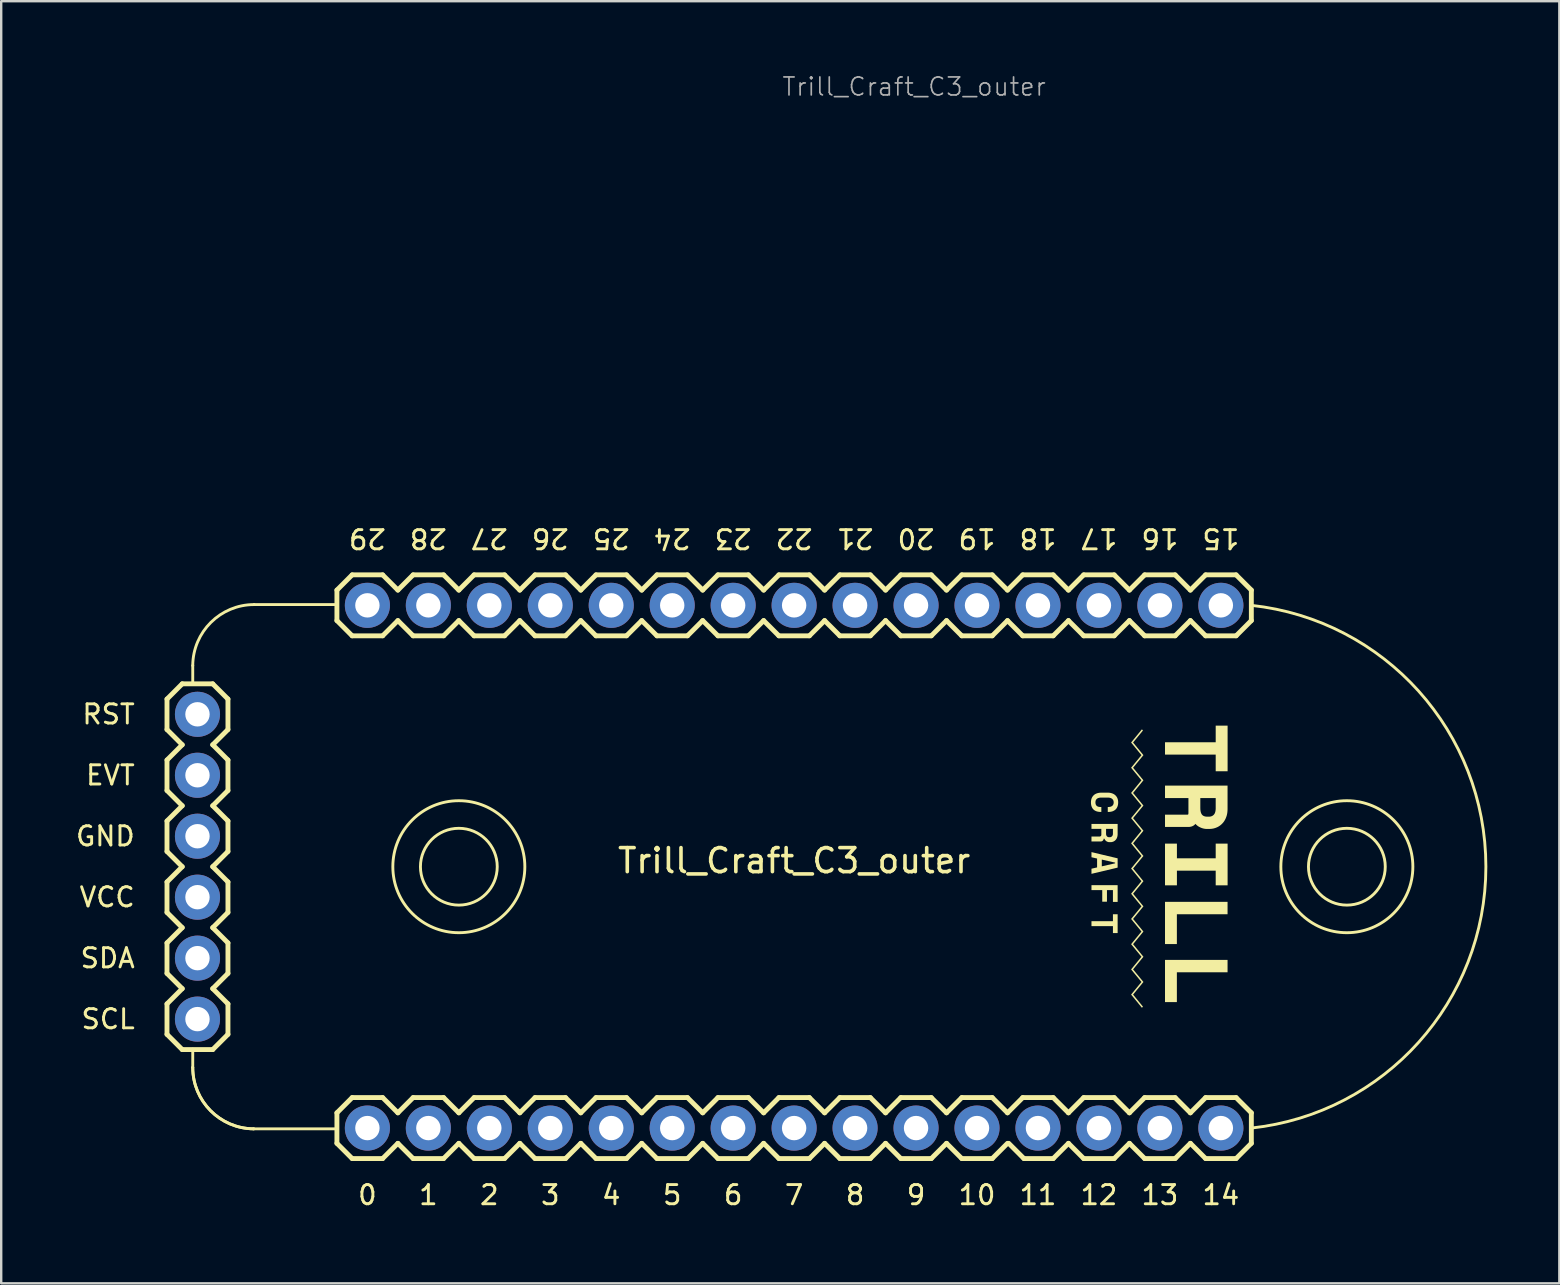
<source format=kicad_pcb>
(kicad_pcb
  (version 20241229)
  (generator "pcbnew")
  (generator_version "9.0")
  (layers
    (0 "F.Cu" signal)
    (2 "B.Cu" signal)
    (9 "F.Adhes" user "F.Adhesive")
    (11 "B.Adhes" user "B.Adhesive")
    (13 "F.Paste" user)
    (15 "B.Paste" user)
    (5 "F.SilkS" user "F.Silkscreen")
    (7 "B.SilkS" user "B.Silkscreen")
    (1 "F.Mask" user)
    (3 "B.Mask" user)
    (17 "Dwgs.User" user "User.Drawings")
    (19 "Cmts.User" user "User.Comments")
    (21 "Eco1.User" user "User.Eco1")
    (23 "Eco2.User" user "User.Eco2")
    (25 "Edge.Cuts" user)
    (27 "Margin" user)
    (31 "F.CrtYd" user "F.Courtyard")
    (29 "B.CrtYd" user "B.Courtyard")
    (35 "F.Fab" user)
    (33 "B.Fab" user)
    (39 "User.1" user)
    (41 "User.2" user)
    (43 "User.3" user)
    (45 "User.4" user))
  (footprint "Trill_Craft_C3_outer"
    (layer "F.Cu")
    (at 30.038 33.062)
    (property "Reference" "Trill_Craft_C3_outer" (at 0 -0.25 0) (unlocked yes) (layer "F.SilkS") (effects (font (size 1 1) (thickness 0.15))))
    (attr through_hole)
    (fp_line (start -26.13 -5.715) (end -26.13 -6.985) (stroke (width 0.203) (type solid)) (layer "F.SilkS"))
    (fp_line (start -26.13 -4.445) (end -25.495 -5.08) (stroke (width 0.203) (type solid)) (layer "F.SilkS"))
    (fp_line (start -26.13 -3.175) (end -26.13 -4.445) (stroke (width 0.203) (type solid)) (layer "F.SilkS"))
    (fp_line (start -26.13 -1.905) (end -25.495 -2.54) (stroke (width 0.203) (type solid)) (layer "F.SilkS"))
    (fp_line (start -26.13 -0.635) (end -26.13 -1.905) (stroke (width 0.203) (type solid)) (layer "F.SilkS"))
    (fp_line (start -26.13 1.905) (end -26.13 0.635) (stroke (width 0.203) (type solid)) (layer "F.SilkS"))
    (fp_line (start -26.13 3.175) (end -25.495 2.54) (stroke (width 0.203) (type solid)) (layer "F.SilkS"))
    (fp_line (start -26.13 4.445) (end -26.13 3.175) (stroke (width 0.203) (type solid)) (layer "F.SilkS"))
    (fp_line (start -26.13 5.715) (end -25.495 5.08) (stroke (width 0.203) (type solid)) (layer "F.SilkS"))
    (fp_line (start -26.13 6.985) (end -26.13 5.715) (stroke (width 0.203) (type solid)) (layer "F.SilkS"))
    (fp_line (start -25.495 -7.62) (end -26.13 -6.985) (stroke (width 0.203) (type solid)) (layer "F.SilkS"))
    (fp_line (start -25.495 -5.08) (end -26.13 -5.715) (stroke (width 0.203) (type solid)) (layer "F.SilkS"))
    (fp_line (start -25.495 -2.54) (end -26.13 -3.175) (stroke (width 0.203) (type solid)) (layer "F.SilkS"))
    (fp_line (start -25.495 0) (end -26.13 -0.635) (stroke (width 0.203) (type solid)) (layer "F.SilkS"))
    (fp_line (start -25.495 0) (end -26.13 0.635) (stroke (width 0.203) (type solid)) (layer "F.SilkS"))
    (fp_line (start -25.495 2.54) (end -26.13 1.905) (stroke (width 0.203) (type solid)) (layer "F.SilkS"))
    (fp_line (start -25.495 5.08) (end -26.13 4.445) (stroke (width 0.203) (type solid)) (layer "F.SilkS"))
    (fp_line (start -25.495 7.62) (end -26.13 6.985) (stroke (width 0.203) (type solid)) (layer "F.SilkS"))
    (fp_line (start -25.057 -8.382) (end -25.057 -7.62) (stroke (width 0.12) (type default)) (layer "F.SilkS"))
    (fp_line (start -25.057 7.602) (end -25.057 8.364) (stroke (width 0.12) (type default)) (layer "F.SilkS"))
    (fp_line (start -24.225 -7.62) (end -25.495 -7.62) (stroke (width 0.203) (type solid)) (layer "F.SilkS"))
    (fp_line (start -24.225 -5.08) (end -23.59 -4.445) (stroke (width 0.203) (type solid)) (layer "F.SilkS"))
    (fp_line (start -24.225 -2.54) (end -23.59 -1.905) (stroke (width 0.203) (type solid)) (layer "F.SilkS"))
    (fp_line (start -24.225 2.54) (end -23.59 3.175) (stroke (width 0.203) (type solid)) (layer "F.SilkS"))
    (fp_line (start -24.225 5.08) (end -23.59 5.715) (stroke (width 0.203) (type solid)) (layer "F.SilkS"))
    (fp_line (start -24.225 7.62) (end -25.495 7.62) (stroke (width 0.203) (type solid)) (layer "F.SilkS"))
    (fp_line (start -23.59 -6.985) (end -24.225 -7.62) (stroke (width 0.203) (type solid)) (layer "F.SilkS"))
    (fp_line (start -23.59 -6.985) (end -23.59 -5.715) (stroke (width 0.203) (type solid)) (layer "F.SilkS"))
    (fp_line (start -23.59 -5.715) (end -24.225 -5.08) (stroke (width 0.203) (type solid)) (layer "F.SilkS"))
    (fp_line (start -23.59 -4.445) (end -23.59 -3.175) (stroke (width 0.203) (type solid)) (layer "F.SilkS"))
    (fp_line (start -23.59 -3.175) (end -24.225 -2.54) (stroke (width 0.203) (type solid)) (layer "F.SilkS"))
    (fp_line (start -23.59 -1.905) (end -23.59 -0.635) (stroke (width 0.203) (type solid)) (layer "F.SilkS"))
    (fp_line (start -23.59 -0.635) (end -24.225 0) (stroke (width 0.203) (type solid)) (layer "F.SilkS"))
    (fp_line (start -23.59 0.635) (end -24.225 0) (stroke (width 0.203) (type solid)) (layer "F.SilkS"))
    (fp_line (start -23.59 0.635) (end -23.59 1.905) (stroke (width 0.203) (type solid)) (layer "F.SilkS"))
    (fp_line (start -23.59 1.905) (end -24.225 2.54) (stroke (width 0.203) (type solid)) (layer "F.SilkS"))
    (fp_line (start -23.59 3.175) (end -23.59 4.445) (stroke (width 0.203) (type solid)) (layer "F.SilkS"))
    (fp_line (start -23.59 4.445) (end -24.225 5.08) (stroke (width 0.203) (type solid)) (layer "F.SilkS"))
    (fp_line (start -23.59 5.715) (end -23.59 6.985) (stroke (width 0.203) (type solid)) (layer "F.SilkS"))
    (fp_line (start -23.59 6.985) (end -24.225 7.62) (stroke (width 0.203) (type solid)) (layer "F.SilkS"))
    (fp_line (start -22.517 10.922) (end -19.05 10.922) (stroke (width 0.12) (type solid)) (layer "F.SilkS"))
    (fp_line (start -22.499 -10.922) (end -19.032 -10.922) (stroke (width 0.12) (type solid)) (layer "F.SilkS"))
    (fp_line (start -19.05 -11.525) (end -19.05 -10.255) (stroke (width 0.203) (type solid)) (layer "F.SilkS"))
    (fp_line (start -19.05 -11.525) (end -18.415 -12.16) (stroke (width 0.203) (type solid)) (layer "F.SilkS"))
    (fp_line (start -19.05 10.255) (end -19.05 11.525) (stroke (width 0.203) (type solid)) (layer "F.SilkS"))
    (fp_line (start -19.05 11.525) (end -18.415 12.16) (stroke (width 0.203) (type solid)) (layer "F.SilkS"))
    (fp_line (start -18.415 -12.16) (end -17.145 -12.16) (stroke (width 0.203) (type solid)) (layer "F.SilkS"))
    (fp_line (start -18.415 -9.62) (end -19.05 -10.255) (stroke (width 0.203) (type solid)) (layer "F.SilkS"))
    (fp_line (start -18.415 9.62) (end -19.05 10.255) (stroke (width 0.203) (type solid)) (layer "F.SilkS"))
    (fp_line (start -18.415 9.62) (end -17.145 9.62) (stroke (width 0.203) (type solid)) (layer "F.SilkS"))
    (fp_line (start -17.145 -12.16) (end -16.51 -11.525) (stroke (width 0.203) (type solid)) (layer "F.SilkS"))
    (fp_line (start -17.145 -9.62) (end -18.415 -9.62) (stroke (width 0.203) (type solid)) (layer "F.SilkS"))
    (fp_line (start -17.145 9.62) (end -16.51 10.255) (stroke (width 0.203) (type solid)) (layer "F.SilkS"))
    (fp_line (start -17.145 12.16) (end -18.415 12.16) (stroke (width 0.203) (type solid)) (layer "F.SilkS"))
    (fp_line (start -16.51 -11.525) (end -15.875 -12.16) (stroke (width 0.203) (type solid)) (layer "F.SilkS"))
    (fp_line (start -16.51 -10.255) (end -17.145 -9.62) (stroke (width 0.203) (type solid)) (layer "F.SilkS"))
    (fp_line (start -16.51 10.255) (end -15.875 9.62) (stroke (width 0.203) (type solid)) (layer "F.SilkS"))
    (fp_line (start -16.51 11.525) (end -17.145 12.16) (stroke (width 0.203) (type solid)) (layer "F.SilkS"))
    (fp_line (start -15.875 -12.16) (end -14.605 -12.16) (stroke (width 0.203) (type solid)) (layer "F.SilkS"))
    (fp_line (start -15.875 -9.62) (end -16.51 -10.255) (stroke (width 0.203) (type solid)) (layer "F.SilkS"))
    (fp_line (start -15.875 9.62) (end -14.605 9.62) (stroke (width 0.203) (type solid)) (layer "F.SilkS"))
    (fp_line (start -15.875 12.16) (end -16.51 11.525) (stroke (width 0.203) (type solid)) (layer "F.SilkS"))
    (fp_line (start -14.605 -12.16) (end -13.97 -11.525) (stroke (width 0.203) (type solid)) (layer "F.SilkS"))
    (fp_line (start -14.605 -9.62) (end -15.875 -9.62) (stroke (width 0.203) (type solid)) (layer "F.SilkS"))
    (fp_line (start -14.605 9.62) (end -13.97 10.255) (stroke (width 0.203) (type solid)) (layer "F.SilkS"))
    (fp_line (start -14.605 12.16) (end -15.875 12.16) (stroke (width 0.203) (type solid)) (layer "F.SilkS"))
    (fp_line (start -13.97 -11.525) (end -13.335 -12.16) (stroke (width 0.203) (type solid)) (layer "F.SilkS"))
    (fp_line (start -13.97 -10.255) (end -14.605 -9.62) (stroke (width 0.203) (type solid)) (layer "F.SilkS"))
    (fp_line (start -13.97 10.255) (end -13.335 9.62) (stroke (width 0.203) (type solid)) (layer "F.SilkS"))
    (fp_line (start -13.97 11.525) (end -14.605 12.16) (stroke (width 0.203) (type solid)) (layer "F.SilkS"))
    (fp_line (start -13.335 -12.16) (end -12.065 -12.16) (stroke (width 0.203) (type solid)) (layer "F.SilkS"))
    (fp_line (start -13.335 -9.62) (end -13.97 -10.255) (stroke (width 0.203) (type solid)) (layer "F.SilkS"))
    (fp_line (start -13.335 9.62) (end -12.065 9.62) (stroke (width 0.203) (type solid)) (layer "F.SilkS"))
    (fp_line (start -13.335 12.16) (end -13.97 11.525) (stroke (width 0.203) (type solid)) (layer "F.SilkS"))
    (fp_line (start -12.065 -12.16) (end -11.43 -11.525) (stroke (width 0.203) (type solid)) (layer "F.SilkS"))
    (fp_line (start -12.065 -9.62) (end -13.335 -9.62) (stroke (width 0.203) (type solid)) (layer "F.SilkS"))
    (fp_line (start -12.065 9.62) (end -11.43 10.255) (stroke (width 0.203) (type solid)) (layer "F.SilkS"))
    (fp_line (start -12.065 12.16) (end -13.335 12.16) (stroke (width 0.203) (type solid)) (layer "F.SilkS"))
    (fp_line (start -11.43 -11.525) (end -10.795 -12.16) (stroke (width 0.203) (type solid)) (layer "F.SilkS"))
    (fp_line (start -11.43 -10.255) (end -12.065 -9.62) (stroke (width 0.203) (type solid)) (layer "F.SilkS"))
    (fp_line (start -11.43 11.525) (end -12.065 12.16) (stroke (width 0.203) (type solid)) (layer "F.SilkS"))
    (fp_line (start -11.43 11.525) (end -10.795 12.16) (stroke (width 0.203) (type solid)) (layer "F.SilkS"))
    (fp_line (start -10.795 -12.16) (end -9.525 -12.16) (stroke (width 0.203) (type solid)) (layer "F.SilkS"))
    (fp_line (start -10.795 -9.62) (end -11.43 -10.255) (stroke (width 0.203) (type solid)) (layer "F.SilkS"))
    (fp_line (start -10.795 9.62) (end -11.43 10.255) (stroke (width 0.203) (type solid)) (layer "F.SilkS"))
    (fp_line (start -10.795 9.62) (end -9.525 9.62) (stroke (width 0.203) (type solid)) (layer "F.SilkS"))
    (fp_line (start -9.525 -12.16) (end -8.89 -11.525) (stroke (width 0.203) (type solid)) (layer "F.SilkS"))
    (fp_line (start -9.525 -9.62) (end -10.795 -9.62) (stroke (width 0.203) (type solid)) (layer "F.SilkS"))
    (fp_line (start -9.525 9.62) (end -8.89 10.255) (stroke (width 0.203) (type solid)) (layer "F.SilkS"))
    (fp_line (start -9.525 12.16) (end -10.795 12.16) (stroke (width 0.203) (type solid)) (layer "F.SilkS"))
    (fp_line (start -8.89 -11.525) (end -8.255 -12.16) (stroke (width 0.203) (type solid)) (layer "F.SilkS"))
    (fp_line (start -8.89 -10.255) (end -9.525 -9.62) (stroke (width 0.203) (type solid)) (layer "F.SilkS"))
    (fp_line (start -8.89 10.255) (end -8.255 9.62) (stroke (width 0.203) (type solid)) (layer "F.SilkS"))
    (fp_line (start -8.89 11.525) (end -9.525 12.16) (stroke (width 0.203) (type solid)) (layer "F.SilkS"))
    (fp_line (start -8.255 -12.16) (end -6.985 -12.16) (stroke (width 0.203) (type solid)) (layer "F.SilkS"))
    (fp_line (start -8.255 -9.62) (end -8.89 -10.255) (stroke (width 0.203) (type solid)) (layer "F.SilkS"))
    (fp_line (start -8.255 9.62) (end -6.985 9.62) (stroke (width 0.203) (type solid)) (layer "F.SilkS"))
    (fp_line (start -8.255 12.16) (end -8.89 11.525) (stroke (width 0.203) (type solid)) (layer "F.SilkS"))
    (fp_line (start -6.985 -9.62) (end -8.255 -9.62) (stroke (width 0.203) (type solid)) (layer "F.SilkS"))
    (fp_line (start -6.985 -9.62) (end -6.35 -10.255) (stroke (width 0.203) (type solid)) (layer "F.SilkS"))
    (fp_line (start -6.985 9.62) (end -6.35 10.255) (stroke (width 0.203) (type solid)) (layer "F.SilkS"))
    (fp_line (start -6.985 12.16) (end -8.255 12.16) (stroke (width 0.203) (type solid)) (layer "F.SilkS"))
    (fp_line (start -6.35 -11.525) (end -6.985 -12.16) (stroke (width 0.203) (type solid)) (layer "F.SilkS"))
    (fp_line (start -6.35 -11.525) (end -5.715 -12.16) (stroke (width 0.203) (type solid)) (layer "F.SilkS"))
    (fp_line (start -6.35 10.255) (end -5.715 9.62) (stroke (width 0.203) (type solid)) (layer "F.SilkS"))
    (fp_line (start -6.35 11.525) (end -6.985 12.16) (stroke (width 0.203) (type solid)) (layer "F.SilkS"))
    (fp_line (start -5.715 -12.16) (end -4.445 -12.16) (stroke (width 0.203) (type solid)) (layer "F.SilkS"))
    (fp_line (start -5.715 -9.62) (end -6.35 -10.255) (stroke (width 0.203) (type solid)) (layer "F.SilkS"))
    (fp_line (start -5.715 9.62) (end -4.445 9.62) (stroke (width 0.203) (type solid)) (layer "F.SilkS"))
    (fp_line (start -5.715 12.16) (end -6.35 11.525) (stroke (width 0.203) (type solid)) (layer "F.SilkS"))
    (fp_line (start -4.445 -12.16) (end -3.81 -11.525) (stroke (width 0.203) (type solid)) (layer "F.SilkS"))
    (fp_line (start -4.445 -9.62) (end -5.715 -9.62) (stroke (width 0.203) (type solid)) (layer "F.SilkS"))
    (fp_line (start -4.445 9.62) (end -3.81 10.255) (stroke (width 0.203) (type solid)) (layer "F.SilkS"))
    (fp_line (start -4.445 12.16) (end -5.715 12.16) (stroke (width 0.203) (type solid)) (layer "F.SilkS"))
    (fp_line (start -3.81 -11.525) (end -3.175 -12.16) (stroke (width 0.203) (type solid)) (layer "F.SilkS"))
    (fp_line (start -3.81 -10.255) (end -4.445 -9.62) (stroke (width 0.203) (type solid)) (layer "F.SilkS"))
    (fp_line (start -3.81 11.525) (end -4.445 12.16) (stroke (width 0.203) (type solid)) (layer "F.SilkS"))
    (fp_line (start -3.81 11.525) (end -3.175 12.16) (stroke (width 0.203) (type solid)) (layer "F.SilkS"))
    (fp_line (start -3.175 -12.16) (end -1.905 -12.16) (stroke (width 0.203) (type solid)) (layer "F.SilkS"))
    (fp_line (start -3.175 -9.62) (end -3.81 -10.255) (stroke (width 0.203) (type solid)) (layer "F.SilkS"))
    (fp_line (start -3.175 9.62) (end -3.81 10.255) (stroke (width 0.203) (type solid)) (layer "F.SilkS"))
    (fp_line (start -3.175 9.62) (end -1.905 9.62) (stroke (width 0.203) (type solid)) (layer "F.SilkS"))
    (fp_line (start -1.905 -12.16) (end -1.27 -11.525) (stroke (width 0.203) (type solid)) (layer "F.SilkS"))
    (fp_line (start -1.905 -9.62) (end -3.175 -9.62) (stroke (width 0.203) (type solid)) (layer "F.SilkS"))
    (fp_line (start -1.905 9.62) (end -1.27 10.255) (stroke (width 0.203) (type solid)) (layer "F.SilkS"))
    (fp_line (start -1.905 12.16) (end -3.175 12.16) (stroke (width 0.203) (type solid)) (layer "F.SilkS"))
    (fp_line (start -1.27 -11.525) (end -0.635 -12.16) (stroke (width 0.203) (type solid)) (layer "F.SilkS"))
    (fp_line (start -1.27 -10.255) (end -1.905 -9.62) (stroke (width 0.203) (type solid)) (layer "F.SilkS"))
    (fp_line (start -1.27 11.525) (end -1.905 12.16) (stroke (width 0.203) (type solid)) (layer "F.SilkS"))
    (fp_line (start -1.27 11.525) (end -0.635 12.16) (stroke (width 0.203) (type solid)) (layer "F.SilkS"))
    (fp_line (start -0.635 -12.16) (end 0.635 -12.16) (stroke (width 0.203) (type solid)) (layer "F.SilkS"))
    (fp_line (start -0.635 -9.62) (end -1.27 -10.255) (stroke (width 0.203) (type solid)) (layer "F.SilkS"))
    (fp_line (start -0.635 9.62) (end -1.27 10.255) (stroke (width 0.203) (type solid)) (layer "F.SilkS"))
    (fp_line (start -0.635 9.62) (end 0.635 9.62) (stroke (width 0.203) (type solid)) (layer "F.SilkS"))
    (fp_line (start 0.635 -9.62) (end -0.635 -9.62) (stroke (width 0.203) (type solid)) (layer "F.SilkS"))
    (fp_line (start 0.635 -9.62) (end 1.27 -10.255) (stroke (width 0.203) (type solid)) (layer "F.SilkS"))
    (fp_line (start 0.635 9.62) (end 1.27 10.255) (stroke (width 0.203) (type solid)) (layer "F.SilkS"))
    (fp_line (start 0.635 12.16) (end -0.635 12.16) (stroke (width 0.203) (type solid)) (layer "F.SilkS"))
    (fp_line (start 1.27 -11.525) (end 0.635 -12.16) (stroke (width 0.203) (type solid)) (layer "F.SilkS"))
    (fp_line (start 1.27 -11.525) (end 1.905 -12.16) (stroke (width 0.203) (type solid)) (layer "F.SilkS"))
    (fp_line (start 1.27 10.255) (end 1.905 9.62) (stroke (width 0.203) (type solid)) (layer "F.SilkS"))
    (fp_line (start 1.27 11.525) (end 0.635 12.16) (stroke (width 0.203) (type solid)) (layer "F.SilkS"))
    (fp_line (start 1.905 -12.16) (end 3.175 -12.16) (stroke (width 0.203) (type solid)) (layer "F.SilkS"))
    (fp_line (start 1.905 -9.62) (end 1.27 -10.255) (stroke (width 0.203) (type solid)) (layer "F.SilkS"))
    (fp_line (start 1.905 9.62) (end 3.175 9.62) (stroke (width 0.203) (type solid)) (layer "F.SilkS"))
    (fp_line (start 1.905 12.16) (end 1.27 11.525) (stroke (width 0.203) (type solid)) (layer "F.SilkS"))
    (fp_line (start 3.175 -9.62) (end 1.905 -9.62) (stroke (width 0.203) (type solid)) (layer "F.SilkS"))
    (fp_line (start 3.175 -9.62) (end 3.81 -10.255) (stroke (width 0.203) (type solid)) (layer "F.SilkS"))
    (fp_line (start 3.175 9.62) (end 3.81 10.255) (stroke (width 0.203) (type solid)) (layer "F.SilkS"))
    (fp_line (start 3.175 12.16) (end 1.905 12.16) (stroke (width 0.203) (type solid)) (layer "F.SilkS"))
    (fp_line (start 3.81 -11.525) (end 3.175 -12.16) (stroke (width 0.203) (type solid)) (layer "F.SilkS"))
    (fp_line (start 3.81 -11.525) (end 4.445 -12.16) (stroke (width 0.203) (type solid)) (layer "F.SilkS"))
    (fp_line (start 3.81 10.255) (end 4.445 9.62) (stroke (width 0.203) (type solid)) (layer "F.SilkS"))
    (fp_line (start 3.81 11.525) (end 3.175 12.16) (stroke (width 0.203) (type solid)) (layer "F.SilkS"))
    (fp_line (start 4.445 -12.16) (end 5.715 -12.16) (stroke (width 0.203) (type solid)) (layer "F.SilkS"))
    (fp_line (start 4.445 -9.62) (end 3.81 -10.255) (stroke (width 0.203) (type solid)) (layer "F.SilkS"))
    (fp_line (start 4.445 9.62) (end 5.715 9.62) (stroke (width 0.203) (type solid)) (layer "F.SilkS"))
    (fp_line (start 4.445 12.16) (end 3.81 11.525) (stroke (width 0.203) (type solid)) (layer "F.SilkS"))
    (fp_line (start 5.715 -12.16) (end 6.35 -11.525) (stroke (width 0.203) (type solid)) (layer "F.SilkS"))
    (fp_line (start 5.715 -9.62) (end 4.445 -9.62) (stroke (width 0.203) (type solid)) (layer "F.SilkS"))
    (fp_line (start 5.715 9.62) (end 6.35 10.255) (stroke (width 0.203) (type solid)) (layer "F.SilkS"))
    (fp_line (start 5.715 12.16) (end 4.445 12.16) (stroke (width 0.203) (type solid)) (layer "F.SilkS"))
    (fp_line (start 6.35 -11.525) (end 6.985 -12.16) (stroke (width 0.203) (type solid)) (layer "F.SilkS"))
    (fp_line (start 6.35 -10.255) (end 5.715 -9.62) (stroke (width 0.203) (type solid)) (layer "F.SilkS"))
    (fp_line (start 6.35 11.525) (end 5.715 12.16) (stroke (width 0.203) (type solid)) (layer "F.SilkS"))
    (fp_line (start 6.35 11.525) (end 6.985 12.16) (stroke (width 0.203) (type solid)) (layer "F.SilkS"))
    (fp_line (start 6.985 -12.16) (end 8.255 -12.16) (stroke (width 0.203) (type solid)) (layer "F.SilkS"))
    (fp_line (start 6.985 -9.62) (end 6.35 -10.255) (stroke (width 0.203) (type solid)) (layer "F.SilkS"))
    (fp_line (start 6.985 9.62) (end 6.35 10.255) (stroke (width 0.203) (type solid)) (layer "F.SilkS"))
    (fp_line (start 6.985 9.62) (end 8.255 9.62) (stroke (width 0.203) (type solid)) (layer "F.SilkS"))
    (fp_line (start 8.255 -12.16) (end 8.89 -11.525) (stroke (width 0.203) (type solid)) (layer "F.SilkS"))
    (fp_line (start 8.255 -9.62) (end 6.985 -9.62) (stroke (width 0.203) (type solid)) (layer "F.SilkS"))
    (fp_line (start 8.255 9.62) (end 8.89 10.255) (stroke (width 0.203) (type solid)) (layer "F.SilkS"))
    (fp_line (start 8.255 12.16) (end 6.985 12.16) (stroke (width 0.203) (type solid)) (layer "F.SilkS"))
    (fp_line (start 8.89 -11.525) (end 9.525 -12.16) (stroke (width 0.203) (type solid)) (layer "F.SilkS"))
    (fp_line (start 8.89 -10.255) (end 8.255 -9.62) (stroke (width 0.203) (type solid)) (layer "F.SilkS"))
    (fp_line (start 8.89 10.255) (end 9.525 9.62) (stroke (width 0.203) (type solid)) (layer "F.SilkS"))
    (fp_line (start 8.89 11.525) (end 8.255 12.16) (stroke (width 0.203) (type solid)) (layer "F.SilkS"))
    (fp_line (start 9.525 -12.16) (end 10.795 -12.16) (stroke (width 0.203) (type solid)) (layer "F.SilkS"))
    (fp_line (start 9.525 -9.62) (end 8.89 -10.255) (stroke (width 0.203) (type solid)) (layer "F.SilkS"))
    (fp_line (start 9.525 9.62) (end 10.795 9.62) (stroke (width 0.203) (type solid)) (layer "F.SilkS"))
    (fp_line (start 9.575 12.16) (end 8.94 11.525) (stroke (width 0.203) (type solid)) (layer "F.SilkS"))
    (fp_line (start 10.795 -9.62) (end 9.525 -9.62) (stroke (width 0.203) (type solid)) (layer "F.SilkS"))
    (fp_line (start 10.795 -9.62) (end 11.43 -10.255) (stroke (width 0.203) (type solid)) (layer "F.SilkS"))
    (fp_line (start 10.795 9.62) (end 11.43 10.255) (stroke (width 0.203) (type solid)) (layer "F.SilkS"))
    (fp_line (start 10.795 12.16) (end 9.575 12.16) (stroke (width 0.203) (type solid)) (layer "F.SilkS"))
    (fp_line (start 11.43 -11.525) (end 10.795 -12.16) (stroke (width 0.203) (type solid)) (layer "F.SilkS"))
    (fp_line (start 11.43 -11.525) (end 12.065 -12.16) (stroke (width 0.203) (type solid)) (layer "F.SilkS"))
    (fp_line (start 11.43 10.255) (end 12.065 9.62) (stroke (width 0.203) (type solid)) (layer "F.SilkS"))
    (fp_line (start 11.43 11.525) (end 10.795 12.16) (stroke (width 0.203) (type solid)) (layer "F.SilkS"))
    (fp_line (start 12.065 -12.16) (end 13.335 -12.16) (stroke (width 0.203) (type solid)) (layer "F.SilkS"))
    (fp_line (start 12.065 -9.62) (end 11.43 -10.255) (stroke (width 0.203) (type solid)) (layer "F.SilkS"))
    (fp_line (start 12.065 9.62) (end 13.335 9.62) (stroke (width 0.203) (type solid)) (layer "F.SilkS"))
    (fp_line (start 12.065 12.16) (end 11.43 11.525) (stroke (width 0.203) (type solid)) (layer "F.SilkS"))
    (fp_line (start 13.335 -12.16) (end 13.97 -11.525) (stroke (width 0.203) (type solid)) (layer "F.SilkS"))
    (fp_line (start 13.335 -9.62) (end 12.065 -9.62) (stroke (width 0.203) (type solid)) (layer "F.SilkS"))
    (fp_line (start 13.335 9.62) (end 13.97 10.255) (stroke (width 0.203) (type solid)) (layer "F.SilkS"))
    (fp_line (start 13.335 12.16) (end 12.065 12.16) (stroke (width 0.203) (type solid)) (layer "F.SilkS"))
    (fp_line (start 13.97 -11.525) (end 14.605 -12.16) (stroke (width 0.203) (type solid)) (layer "F.SilkS"))
    (fp_line (start 13.97 -10.255) (end 13.335 -9.62) (stroke (width 0.203) (type solid)) (layer "F.SilkS"))
    (fp_line (start 13.97 10.255) (end 14.605 9.62) (stroke (width 0.203) (type solid)) (layer "F.SilkS"))
    (fp_line (start 13.97 11.525) (end 13.335 12.16) (stroke (width 0.203) (type solid)) (layer "F.SilkS"))
    (fp_line (start 14.605 -12.16) (end 15.875 -12.16) (stroke (width 0.203) (type solid)) (layer "F.SilkS"))
    (fp_line (start 14.605 -9.62) (end 13.97 -10.255) (stroke (width 0.203) (type solid)) (layer "F.SilkS"))
    (fp_line (start 14.605 9.62) (end 15.875 9.62) (stroke (width 0.203) (type solid)) (layer "F.SilkS"))
    (fp_line (start 14.605 12.16) (end 13.97 11.525) (stroke (width 0.203) (type solid)) (layer "F.SilkS"))
    (fp_line (start 15.875 -12.16) (end 16.51 -11.525) (stroke (width 0.203) (type solid)) (layer "F.SilkS"))
    (fp_line (start 15.875 -9.62) (end 14.605 -9.62) (stroke (width 0.203) (type solid)) (layer "F.SilkS"))
    (fp_line (start 15.875 9.62) (end 16.51 10.255) (stroke (width 0.203) (type solid)) (layer "F.SilkS"))
    (fp_line (start 15.875 12.16) (end 14.605 12.16) (stroke (width 0.203) (type solid)) (layer "F.SilkS"))
    (fp_line (start 16.51 -11.525) (end 17.145 -12.16) (stroke (width 0.203) (type solid)) (layer "F.SilkS"))
    (fp_line (start 16.51 -10.255) (end 15.875 -9.62) (stroke (width 0.203) (type solid)) (layer "F.SilkS"))
    (fp_line (start 16.51 10.255) (end 17.145 9.62) (stroke (width 0.203) (type solid)) (layer "F.SilkS"))
    (fp_line (start 16.51 11.525) (end 15.875 12.16) (stroke (width 0.203) (type solid)) (layer "F.SilkS"))
    (fp_line (start 17.145 -12.16) (end 18.415 -12.16) (stroke (width 0.203) (type solid)) (layer "F.SilkS"))
    (fp_line (start 17.145 -9.62) (end 16.51 -10.255) (stroke (width 0.203) (type solid)) (layer "F.SilkS"))
    (fp_line (start 17.145 9.62) (end 18.415 9.62) (stroke (width 0.203) (type solid)) (layer "F.SilkS"))
    (fp_line (start 17.145 12.16) (end 16.51 11.525) (stroke (width 0.203) (type solid)) (layer "F.SilkS"))
    (fp_line (start 18.415 -9.62) (end 17.145 -9.62) (stroke (width 0.203) (type solid)) (layer "F.SilkS"))
    (fp_line (start 18.415 -9.62) (end 19.05 -10.255) (stroke (width 0.203) (type solid)) (layer "F.SilkS"))
    (fp_line (start 18.415 9.62) (end 19.05 10.255) (stroke (width 0.203) (type solid)) (layer "F.SilkS"))
    (fp_line (start 18.415 12.16) (end 17.145 12.16) (stroke (width 0.203) (type solid)) (layer "F.SilkS"))
    (fp_line (start 19.05 -11.525) (end 18.415 -12.16) (stroke (width 0.203) (type solid)) (layer "F.SilkS"))
    (fp_line (start 19.05 -10.255) (end 19.05 -11.525) (stroke (width 0.203) (type solid)) (layer "F.SilkS"))
    (fp_line (start 19.05 11.525) (end 18.415 12.16) (stroke (width 0.203) (type solid)) (layer "F.SilkS"))
    (fp_line (start 19.05 11.525) (end 19.05 10.255) (stroke (width 0.203) (type solid)) (layer "F.SilkS"))
    (fp_arc (start -25.0571 -8.382) (mid -24.301485 -10.17914) (end -22.499034 -10.922) (stroke (width 0.12) (type solid)) (layer "F.SilkS"))
    (fp_arc (start -22.5171 10.922) (mid -24.31424 10.166385) (end -25.0571 8.363934) (stroke (width 0.12) (type solid)) (layer "F.SilkS"))
    (fp_arc (start -22.5171 10.922) (mid -24.31424 10.166385) (end -25.0571 8.363934) (stroke (width 0.12) (type solid)) (layer "F.SilkS"))
    (fp_arc (start 19.05 -10.89) (mid 28.822762 0) (end 19.05 10.89) (stroke (width 0.12) (type solid)) (layer "F.SilkS"))
    (fp_circle (center -13.97 0) (end -12.37 0) (stroke (width 0.12) (type solid)) (fill no) (layer "F.SilkS"))
    (fp_circle (center -13.97 0) (end -11.22 0) (stroke (width 0.12) (type solid)) (fill no) (layer "F.SilkS"))
    (fp_circle (center 23.03 0) (end 24.63 0) (stroke (width 0.12) (type solid)) (fill no) (layer "F.SilkS"))
    (fp_circle (center 23.03 0) (end 25.78 0) (stroke (width 0.12) (type solid)) (fill no) (layer "F.SilkS"))
    (fp_poly (pts (xy 15.453 -4.671) (xy 15.453 -4.671) (xy 15.453 -4.669)) (stroke (width 0) (type solid)) (fill yes) (layer "F.SilkS"))
    (fp_poly (pts (xy 15.947 1.981) (xy 15.947 3.223) (xy 15.453 3.223) (xy 15.453 1.464) (xy 18.059 1.464) (xy 18.059 1.981)) (stroke (width 0) (type solid)) (fill yes) (layer "F.SilkS"))
    (fp_poly (pts (xy 15.947 4.399) (xy 15.947 5.641) (xy 15.453 5.641) (xy 15.453 3.883) (xy 18.059 3.883) (xy 18.059 4.399)) (stroke (width 0) (type solid)) (fill yes) (layer "F.SilkS"))
    (fp_poly (pts (xy 17.565 -3.977) (xy 17.565 -4.671) (xy 15.453 -4.671) (xy 15.453 -5.185) (xy 17.565 -5.185) (xy 17.565 -5.878) (xy 18.061 -5.878) (xy 18.061 -3.977)) (stroke (width 0) (type solid)) (fill yes) (layer "F.SilkS"))
    (fp_poly (pts (xy 13.283 2.765) (xy 13.283 2.476) (xy 12.389 2.476) (xy 12.389 2.27) (xy 13.283 2.27) (xy 13.283 1.981) (xy 13.479 1.981) (xy 13.479 1.981) (xy 13.479 2.765)) (stroke (width 0) (type solid)) (fill yes) (layer "F.SilkS"))
    (fp_poly (pts (xy 13.283 1.467) (xy 13.283 0.975) (xy 13.034 0.975) (xy 13.034 1.458) (xy 12.838 1.458) (xy 12.838 0.975) (xy 12.389 0.975) (xy 12.389 0.769) (xy 13.479 0.769) (xy 13.479 1.467)) (stroke (width 0) (type solid)) (fill yes) (layer "F.SilkS"))
    (fp_poly (pts (xy 17.565 0.776) (xy 17.565 0.165) (xy 15.949 0.165) (xy 15.949 0.776) (xy 15.453 0.776) (xy 15.453 -0.962) (xy 15.949 -0.962) (xy 15.949 -0.35) (xy 17.565 -0.35) (xy 17.565 -0.962) (xy 18.061 -0.962) (xy 18.061 0.776)) (stroke (width 0) (type solid)) (fill yes) (layer "F.SilkS"))
    (fp_poly (pts (xy 12.389 0.297) (xy 12.389 0.083) (xy 12.623 0.03) (xy 12.623 -0.341) (xy 12.389 -0.394) (xy 12.389 -0.609) (xy 12.819 -0.506) (xy 12.819 -0.297) (xy 12.819 -0.015) (xy 13.376 -0.142) (xy 13.376 -0.17) (xy 12.819 -0.297) (xy 12.819 -0.506) (xy 13.479 -0.349) (xy 13.479 0.038)) (stroke (width 0) (type solid)) (fill yes) (layer "F.SilkS"))
    (fp_poly (pts (xy 14.123 5.328) (xy 14.534 5.831) (xy 14.491 5.878) (xy 14.04 5.328) (xy 14.471 4.803) (xy 14.04 4.279) (xy 14.471 3.752) (xy 14.04 3.228) (xy 14.471 2.702) (xy 14.04 2.177) (xy 14.471 1.652) (xy 14.04 1.127) (xy 14.471 0.603) (xy 14.04 0.076) (xy 14.471 -0.448) (xy 14.04 -0.973) (xy 14.471 -1.499) (xy 14.04 -2.024) (xy 14.471 -2.548) (xy 14.04 -3.073) (xy 14.471 -3.6) (xy 14.04 -4.124) (xy 14.471 -4.648) (xy 14.04 -5.175) (xy 14.491 -5.724) (xy 14.534 -5.675) (xy 14.123 -5.175) (xy 14.554 -4.648) (xy 14.123 -4.124) (xy 14.554 -3.6) (xy 14.123 -3.073) (xy 14.554 -2.548) (xy 14.123 -2.024) (xy 14.554 -1.499) (xy 14.123 -0.973) (xy 14.554 -0.448) (xy 14.123 0.076) (xy 14.554 0.603) (xy 14.123 1.127) (xy 14.554 1.652) (xy 14.123 2.177) (xy 14.554 2.702) (xy 14.123 3.228) (xy 14.554 3.752) (xy 14.123 4.279) (xy 14.554 4.803)) (stroke (width 0) (type solid)) (fill yes) (layer "F.SilkS"))
    (fp_poly (pts (xy 18.058 -2.364) (xy 18.055 -2.315) (xy 18.051 -2.267) (xy 18.047 -2.244) (xy 18.044 -2.221) (xy 18.04 -2.199) (xy 18.035 -2.177) (xy 18.03 -2.155) (xy 18.025 -2.134) (xy 18.019 -2.114) (xy 18.012 -2.093) (xy 18.005 -2.074) (xy 17.998 -2.054) (xy 17.99 -2.035) (xy 17.982 -2.015) (xy 17.974 -1.997) (xy 17.965 -1.978) (xy 17.956 -1.96) (xy 17.946 -1.943) (xy 17.936 -1.926) (xy 17.926 -1.909) (xy 17.916 -1.893) (xy 17.905 -1.877) (xy 17.893 -1.862) (xy 17.882 -1.847) (xy 17.87 -1.832) (xy 17.857 -1.818) (xy 17.844 -1.804) (xy 17.831 -1.79) (xy 17.818 -1.777) (xy 17.804 -1.764) (xy 17.79 -1.752) (xy 17.776 -1.74) (xy 17.762 -1.728) (xy 17.747 -1.717) (xy 17.732 -1.706) (xy 17.717 -1.696) (xy 17.701 -1.686) (xy 17.686 -1.676) (xy 17.67 -1.667) (xy 17.653 -1.658) (xy 17.637 -1.65) (xy 17.62 -1.642) (xy 17.603 -1.635) (xy 17.585 -1.628) (xy 17.568 -1.621) (xy 17.551 -1.615) (xy 17.533 -1.609) (xy 17.516 -1.604) (xy 17.498 -1.599) (xy 17.48 -1.594) (xy 17.462 -1.59) (xy 17.444 -1.587) (xy 17.426 -1.584) (xy 17.408 -1.581) (xy 17.389 -1.579) (xy 17.371 -1.577) (xy 17.352 -1.576) (xy 17.334 -1.575) (xy 17.315 -1.574) (xy 17.296 -1.574) (xy 17.195 -1.574) (xy 17.175 -1.574) (xy 17.155 -1.575) (xy 17.135 -1.577) (xy 17.114 -1.579) (xy 17.094 -1.583) (xy 17.074 -1.586) (xy 17.054 -1.591) (xy 17.034 -1.596) (xy 17.014 -1.602) (xy 16.994 -1.608) (xy 16.974 -1.615) (xy 16.954 -1.623) (xy 16.934 -1.632) (xy 16.914 -1.641) (xy 16.894 -1.651) (xy 16.874 -1.662) (xy 16.863 -1.668) (xy 16.852 -1.674) (xy 16.841 -1.681) (xy 16.831 -1.688) (xy 16.821 -1.695) (xy 16.811 -1.702) (xy 16.801 -1.709) (xy 16.791 -1.717) (xy 16.782 -1.725) (xy 16.773 -1.733) (xy 16.764 -1.741) (xy 16.755 -1.75) (xy 16.746 -1.758) (xy 16.738 -1.767) (xy 16.729 -1.776) (xy 16.721 -1.786) (xy 16.717 -1.78) (xy 16.712 -1.775) (xy 16.707 -1.77) (xy 16.702 -1.764) (xy 16.697 -1.759) (xy 16.691 -1.754) (xy 16.681 -1.743) (xy 16.668 -1.733) (xy 16.655 -1.723) (xy 16.642 -1.714) (xy 16.628 -1.706) (xy 16.613 -1.698) (xy 16.598 -1.691) (xy 16.583 -1.684) (xy 16.566 -1.678) (xy 16.55 -1.673) (xy 16.533 -1.669) (xy 16.515 -1.665) (xy 16.497 -1.662) (xy 16.479 -1.659) (xy 16.46 -1.658) (xy 16.44 -1.657) (xy 16.42 -1.656) (xy 15.453 -1.656) (xy 15.453 -1.652) (xy 15.453 -1.652) (xy 15.453 -2.168) (xy 16.362 -2.168) (xy 16.367 -2.168) (xy 16.372 -2.168) (xy 16.377 -2.168) (xy 16.381 -2.168) (xy 16.386 -2.169) (xy 16.39 -2.169) (xy 16.394 -2.17) (xy 16.398 -2.171) (xy 16.401 -2.171) (xy 16.405 -2.172) (xy 16.408 -2.173) (xy 16.411 -2.175) (xy 16.414 -2.176) (xy 16.416 -2.177) (xy 16.418 -2.179) (xy 16.42 -2.18) (xy 16.421 -2.182) (xy 16.422 -2.186) (xy 16.423 -2.188) (xy 16.424 -2.191) (xy 16.424 -2.194) (xy 16.425 -2.197) (xy 16.426 -2.201) (xy 16.426 -2.205) (xy 16.427 -2.209) (xy 16.427 -2.214) (xy 16.428 -2.219) (xy 16.428 -2.225) (xy 16.428 -2.231) (xy 16.429 -2.237) (xy 16.429 -2.861) (xy 15.453 -2.861) (xy 15.453 -3.378) (xy 16.924 -3.378) (xy 16.924 -2.86) (xy 16.924 -2.444) (xy 16.925 -2.42) (xy 16.925 -2.397) (xy 16.927 -2.375) (xy 16.929 -2.354) (xy 16.932 -2.333) (xy 16.935 -2.313) (xy 16.939 -2.294) (xy 16.943 -2.276) (xy 16.948 -2.259) (xy 16.954 -2.242) (xy 16.96 -2.227) (xy 16.967 -2.212) (xy 16.974 -2.198) (xy 16.982 -2.185) (xy 16.991 -2.173) (xy 17 -2.162) (xy 17.009 -2.153) (xy 17.018 -2.144) (xy 17.029 -2.135) (xy 17.04 -2.128) (xy 17.051 -2.121) (xy 17.063 -2.114) (xy 17.076 -2.109) (xy 17.089 -2.104) (xy 17.103 -2.099) (xy 17.117 -2.095) (xy 17.132 -2.092) (xy 17.148 -2.089) (xy 17.165 -2.087) (xy 17.182 -2.086) (xy 17.199 -2.085) (xy 17.218 -2.084) (xy 17.279 -2.084) (xy 17.295 -2.085) (xy 17.311 -2.086) (xy 17.326 -2.087) (xy 17.34 -2.09) (xy 17.355 -2.092) (xy 17.369 -2.096) (xy 17.382 -2.1) (xy 17.395 -2.105) (xy 17.408 -2.11) (xy 17.42 -2.116) (xy 17.432 -2.123) (xy 17.443 -2.13) (xy 17.454 -2.138) (xy 17.465 -2.147) (xy 17.476 -2.156) (xy 17.486 -2.166) (xy 17.495 -2.177) (xy 17.504 -2.189) (xy 17.513 -2.201) (xy 17.52 -2.215) (xy 17.528 -2.229) (xy 17.534 -2.245) (xy 17.54 -2.261) (xy 17.545 -2.278) (xy 17.55 -2.296) (xy 17.554 -2.315) (xy 17.557 -2.334) (xy 17.56 -2.355) (xy 17.562 -2.376) (xy 17.564 -2.398) (xy 17.565 -2.421) (xy 17.565 -2.444) (xy 17.565 -2.86) (xy 16.924 -2.86) (xy 16.924 -3.378) (xy 18.059 -3.378) (xy 18.059 -2.414)) (stroke (width 0) (type solid)) (fill yes) (layer "F.SilkS"))
    (fp_poly (pts (xy 13.479 -1.345) (xy 13.478 -1.325) (xy 13.476 -1.305) (xy 13.473 -1.286) (xy 13.47 -1.268) (xy 13.468 -1.259) (xy 13.466 -1.251) (xy 13.464 -1.242) (xy 13.461 -1.234) (xy 13.459 -1.226) (xy 13.456 -1.218) (xy 13.453 -1.21) (xy 13.45 -1.202) (xy 13.447 -1.194) (xy 13.443 -1.187) (xy 13.44 -1.18) (xy 13.436 -1.173) (xy 13.432 -1.166) (xy 13.428 -1.159) (xy 13.424 -1.152) (xy 13.42 -1.146) (xy 13.415 -1.14) (xy 13.411 -1.134) (xy 13.406 -1.128) (xy 13.401 -1.122) (xy 13.396 -1.116) (xy 13.391 -1.111) (xy 13.386 -1.106) (xy 13.381 -1.101) (xy 13.375 -1.096) (xy 13.37 -1.091) (xy 13.364 -1.086) (xy 13.359 -1.082) (xy 13.353 -1.077) (xy 13.347 -1.073) (xy 13.341 -1.069) (xy 13.335 -1.065) (xy 13.328 -1.062) (xy 13.322 -1.058) (xy 13.315 -1.055) (xy 13.309 -1.051) (xy 13.302 -1.048) (xy 13.296 -1.045) (xy 13.289 -1.043) (xy 13.282 -1.04) (xy 13.275 -1.038) (xy 13.268 -1.036) (xy 13.261 -1.034) (xy 13.254 -1.032) (xy 13.246 -1.03) (xy 13.239 -1.029) (xy 13.232 -1.027) (xy 13.224 -1.026) (xy 13.217 -1.025) (xy 13.209 -1.024) (xy 13.202 -1.024) (xy 13.194 -1.023) (xy 13.186 -1.023) (xy 13.179 -1.023) (xy 13.141 -1.023) (xy 13.133 -1.023) (xy 13.125 -1.023) (xy 13.117 -1.024) (xy 13.108 -1.025) (xy 13.1 -1.026) (xy 13.092 -1.028) (xy 13.084 -1.03) (xy 13.076 -1.032) (xy 13.069 -1.034) (xy 13.061 -1.037) (xy 13.053 -1.04) (xy 13.046 -1.043) (xy 13.038 -1.047) (xy 13.031 -1.05) (xy 13.023 -1.054) (xy 13.016 -1.059) (xy 13.009 -1.063) (xy 13.002 -1.068) (xy 12.995 -1.074) (xy 12.988 -1.079) (xy 12.982 -1.085) (xy 12.976 -1.091) (xy 12.97 -1.098) (xy 12.964 -1.104) (xy 12.959 -1.111) (xy 12.954 -1.119) (xy 12.949 -1.126) (xy 12.944 -1.134) (xy 12.939 -1.143) (xy 12.935 -1.151) (xy 12.931 -1.16) (xy 12.927 -1.169) (xy 12.898 -1.169) (xy 12.897 -1.163) (xy 12.896 -1.156) (xy 12.895 -1.15) (xy 12.893 -1.143) (xy 12.892 -1.137) (xy 12.889 -1.131) (xy 12.887 -1.126) (xy 12.885 -1.12) (xy 12.882 -1.115) (xy 12.879 -1.11) (xy 12.876 -1.105) (xy 12.872 -1.1) (xy 12.869 -1.095) (xy 12.865 -1.091) (xy 12.861 -1.087) (xy 12.856 -1.083) (xy 12.852 -1.079) (xy 12.847 -1.075) (xy 12.842 -1.072) (xy 12.837 -1.069) (xy 12.832 -1.066) (xy 12.827 -1.063) (xy 12.821 -1.061) (xy 12.816 -1.059) (xy 12.81 -1.057) (xy 12.804 -1.055) (xy 12.798 -1.054) (xy 12.792 -1.053) (xy 12.786 -1.052) (xy 12.779 -1.051) (xy 12.773 -1.051) (xy 12.766 -1.051) (xy 12.389 -1.051) (xy 12.389 -1.256) (xy 12.716 -1.256) (xy 12.721 -1.257) (xy 12.725 -1.257) (xy 12.73 -1.257) (xy 12.734 -1.258) (xy 12.738 -1.258) (xy 12.742 -1.259) (xy 12.746 -1.26) (xy 12.75 -1.261) (xy 12.754 -1.263) (xy 12.757 -1.264) (xy 12.761 -1.266) (xy 12.764 -1.267) (xy 12.768 -1.269) (xy 12.771 -1.271) (xy 12.774 -1.274) (xy 12.777 -1.276) (xy 12.78 -1.278) (xy 12.782 -1.281) (xy 12.785 -1.284) (xy 12.787 -1.287) (xy 12.789 -1.29) (xy 12.791 -1.294) (xy 12.793 -1.298) (xy 12.795 -1.302) (xy 12.796 -1.306) (xy 12.797 -1.31) (xy 12.798 -1.315) (xy 12.799 -1.319) (xy 12.8 -1.324) (xy 12.8 -1.33) (xy 12.8 -1.335) (xy 12.8 -1.34) (xy 12.8 -1.577) (xy 12.389 -1.577) (xy 12.389 -1.783) (xy 12.997 -1.783) (xy 12.997 -1.577) (xy 12.997 -1.381) (xy 12.997 -1.372) (xy 12.997 -1.363) (xy 12.998 -1.354) (xy 12.999 -1.346) (xy 13 -1.338) (xy 13.001 -1.33) (xy 13.003 -1.322) (xy 13.005 -1.315) (xy 13.008 -1.308) (xy 13.01 -1.302) (xy 13.013 -1.295) (xy 13.016 -1.289) (xy 13.02 -1.283) (xy 13.023 -1.278) (xy 13.027 -1.272) (xy 13.032 -1.267) (xy 13.036 -1.263) (xy 13.041 -1.258) (xy 13.046 -1.254) (xy 13.051 -1.25) (xy 13.056 -1.247) (xy 13.062 -1.244) (xy 13.068 -1.241) (xy 13.074 -1.238) (xy 13.08 -1.236) (xy 13.087 -1.234) (xy 13.093 -1.232) (xy 13.1 -1.231) (xy 13.107 -1.23) (xy 13.115 -1.229) (xy 13.122 -1.229) (xy 13.13 -1.229) (xy 13.149 -1.229) (xy 13.156 -1.229) (xy 13.162 -1.229) (xy 13.169 -1.23) (xy 13.175 -1.231) (xy 13.182 -1.232) (xy 13.188 -1.234) (xy 13.194 -1.236) (xy 13.2 -1.238) (xy 13.206 -1.241) (xy 13.211 -1.244) (xy 13.217 -1.247) (xy 13.222 -1.25) (xy 13.228 -1.254) (xy 13.233 -1.258) (xy 13.238 -1.263) (xy 13.243 -1.267) (xy 13.248 -1.272) (xy 13.253 -1.278) (xy 13.257 -1.283) (xy 13.261 -1.289) (xy 13.264 -1.295) (xy 13.267 -1.302) (xy 13.27 -1.308) (xy 13.273 -1.315) (xy 13.275 -1.322) (xy 13.277 -1.33) (xy 13.279 -1.338) (xy 13.281 -1.346) (xy 13.282 -1.354) (xy 13.282 -1.363) (xy 13.283 -1.372) (xy 13.283 -1.381) (xy 13.283 -1.577) (xy 12.997 -1.577) (xy 12.997 -1.783) (xy 13.479 -1.783) (xy 13.479 -1.365)) (stroke (width 0) (type solid)) (fill yes) (layer "F.SilkS"))
    (fp_poly (pts (xy 13.501 -2.657) (xy 13.499 -2.634) (xy 13.497 -2.612) (xy 13.494 -2.59) (xy 13.492 -2.579) (xy 13.49 -2.569) (xy 13.488 -2.559) (xy 13.485 -2.548) (xy 13.483 -2.539) (xy 13.48 -2.529) (xy 13.476 -2.519) (xy 13.473 -2.51) (xy 13.469 -2.501) (xy 13.466 -2.491) (xy 13.462 -2.483) (xy 13.457 -2.474) (xy 13.453 -2.465) (xy 13.449 -2.457) (xy 13.444 -2.449) (xy 13.439 -2.441) (xy 13.434 -2.433) (xy 13.428 -2.426) (xy 13.423 -2.418) (xy 13.417 -2.411) (xy 13.411 -2.404) (xy 13.405 -2.397) (xy 13.399 -2.391) (xy 13.392 -2.384) (xy 13.385 -2.378) (xy 13.379 -2.372) (xy 13.372 -2.366) (xy 13.364 -2.361) (xy 13.357 -2.355) (xy 13.349 -2.35) (xy 13.342 -2.345) (xy 13.334 -2.34) (xy 13.326 -2.336) (xy 13.317 -2.331) (xy 13.309 -2.327) (xy 13.3 -2.323) (xy 13.292 -2.319) (xy 13.283 -2.315) (xy 13.274 -2.311) (xy 13.264 -2.308) (xy 13.255 -2.305) (xy 13.246 -2.302) (xy 13.236 -2.299) (xy 13.226 -2.297) (xy 13.216 -2.295) (xy 13.206 -2.293) (xy 13.196 -2.291) (xy 13.185 -2.289) (xy 13.174 -2.288) (xy 13.164 -2.286) (xy 13.153 -2.285) (xy 13.142 -2.284) (xy 13.119 -2.283) (xy 13.096 -2.283) (xy 13.068 -2.283) (xy 13.068 -2.488) (xy 13.096 -2.488) (xy 13.106 -2.488) (xy 13.116 -2.489) (xy 13.126 -2.489) (xy 13.135 -2.49) (xy 13.145 -2.492) (xy 13.155 -2.493) (xy 13.164 -2.495) (xy 13.174 -2.497) (xy 13.184 -2.5) (xy 13.188 -2.501) (xy 13.193 -2.503) (xy 13.198 -2.504) (xy 13.202 -2.506) (xy 13.207 -2.508) (xy 13.211 -2.51) (xy 13.215 -2.512) (xy 13.22 -2.514) (xy 13.224 -2.516) (xy 13.228 -2.518) (xy 13.232 -2.521) (xy 13.236 -2.523) (xy 13.24 -2.526) (xy 13.244 -2.529) (xy 13.248 -2.531) (xy 13.252 -2.534) (xy 13.256 -2.537) (xy 13.259 -2.54) (xy 13.263 -2.544) (xy 13.266 -2.547) (xy 13.269 -2.551) (xy 13.272 -2.554) (xy 13.276 -2.558) (xy 13.279 -2.562) (xy 13.282 -2.566) (xy 13.284 -2.57) (xy 13.287 -2.574) (xy 13.29 -2.578) (xy 13.292 -2.583) (xy 13.295 -2.587) (xy 13.297 -2.592) (xy 13.299 -2.597) (xy 13.301 -2.602) (xy 13.303 -2.607) (xy 13.305 -2.613) (xy 13.307 -2.618) (xy 13.308 -2.624) (xy 13.309 -2.63) (xy 13.311 -2.636) (xy 13.312 -2.642) (xy 13.312 -2.648) (xy 13.313 -2.654) (xy 13.314 -2.661) (xy 13.314 -2.667) (xy 13.314 -2.674) (xy 13.314 -2.681) (xy 13.314 -2.687) (xy 13.314 -2.694) (xy 13.314 -2.7) (xy 13.313 -2.706) (xy 13.312 -2.712) (xy 13.311 -2.718) (xy 13.311 -2.723) (xy 13.309 -2.729) (xy 13.308 -2.734) (xy 13.307 -2.74) (xy 13.305 -2.745) (xy 13.303 -2.75) (xy 13.301 -2.755) (xy 13.299 -2.76) (xy 13.297 -2.765) (xy 13.295 -2.77) (xy 13.292 -2.774) (xy 13.29 -2.779) (xy 13.287 -2.783) (xy 13.284 -2.788) (xy 13.281 -2.792) (xy 13.278 -2.796) (xy 13.275 -2.8) (xy 13.272 -2.804) (xy 13.269 -2.808) (xy 13.265 -2.812) (xy 13.261 -2.815) (xy 13.258 -2.819) (xy 13.254 -2.822) (xy 13.25 -2.825) (xy 13.246 -2.829) (xy 13.242 -2.832) (xy 13.238 -2.835) (xy 13.233 -2.838) (xy 13.229 -2.841) (xy 13.224 -2.844) (xy 13.22 -2.846) (xy 13.215 -2.849) (xy 13.211 -2.851) (xy 13.206 -2.854) (xy 13.201 -2.856) (xy 13.196 -2.858) (xy 13.191 -2.86) (xy 13.185 -2.862) (xy 13.18 -2.864) (xy 13.175 -2.866) (xy 13.169 -2.867) (xy 13.164 -2.869) (xy 13.153 -2.872) (xy 13.142 -2.874) (xy 13.13 -2.876) (xy 13.119 -2.877) (xy 13.107 -2.879) (xy 13.095 -2.88) (xy 13.083 -2.88) (xy 13.071 -2.88) (xy 12.797 -2.88) (xy 12.784 -2.88) (xy 12.772 -2.88) (xy 12.759 -2.879) (xy 12.747 -2.878) (xy 12.735 -2.876) (xy 12.723 -2.874) (xy 12.711 -2.872) (xy 12.7 -2.869) (xy 12.695 -2.868) (xy 12.689 -2.866) (xy 12.684 -2.865) (xy 12.679 -2.863) (xy 12.674 -2.861) (xy 12.668 -2.86) (xy 12.664 -2.858) (xy 12.659 -2.856) (xy 12.654 -2.853) (xy 12.649 -2.851) (xy 12.645 -2.849) (xy 12.64 -2.846) (xy 12.636 -2.844) (xy 12.631 -2.841) (xy 12.627 -2.838) (xy 12.623 -2.836) (xy 12.619 -2.832) (xy 12.615 -2.829) (xy 12.611 -2.826) (xy 12.608 -2.823) (xy 12.604 -2.819) (xy 12.601 -2.816) (xy 12.597 -2.812) (xy 12.594 -2.808) (xy 12.591 -2.804) (xy 12.588 -2.8) (xy 12.585 -2.796) (xy 12.582 -2.792) (xy 12.58 -2.787) (xy 12.577 -2.783) (xy 12.575 -2.778) (xy 12.572 -2.774) (xy 12.57 -2.769) (xy 12.568 -2.764) (xy 12.566 -2.759) (xy 12.564 -2.754) (xy 12.563 -2.748) (xy 12.561 -2.743) (xy 12.56 -2.737) (xy 12.559 -2.731) (xy 12.558 -2.726) (xy 12.557 -2.72) (xy 12.556 -2.713) (xy 12.555 -2.707) (xy 12.555 -2.701) (xy 12.555 -2.694) (xy 12.554 -2.688) (xy 12.554 -2.681) (xy 12.554 -2.674) (xy 12.555 -2.666) (xy 12.555 -2.659) (xy 12.555 -2.653) (xy 12.556 -2.646) (xy 12.557 -2.64) (xy 12.558 -2.633) (xy 12.559 -2.627) (xy 12.56 -2.621) (xy 12.561 -2.615) (xy 12.563 -2.61) (xy 12.564 -2.604) (xy 12.566 -2.599) (xy 12.568 -2.594) (xy 12.57 -2.589) (xy 12.572 -2.584) (xy 12.575 -2.579) (xy 12.577 -2.575) (xy 12.579 -2.57) (xy 12.582 -2.566) (xy 12.585 -2.562) (xy 12.587 -2.558) (xy 12.59 -2.554) (xy 12.593 -2.55) (xy 12.596 -2.546) (xy 12.6 -2.543) (xy 12.603 -2.539) (xy 12.606 -2.536) (xy 12.61 -2.533) (xy 12.613 -2.53) (xy 12.617 -2.527) (xy 12.621 -2.525) (xy 12.624 -2.522) (xy 12.628 -2.52) (xy 12.632 -2.517) (xy 12.636 -2.515) (xy 12.64 -2.513) (xy 12.645 -2.511) (xy 12.649 -2.509) (xy 12.653 -2.507) (xy 12.658 -2.505) (xy 12.662 -2.503) (xy 12.667 -2.502) (xy 12.671 -2.5) (xy 12.676 -2.499) (xy 12.681 -2.498) (xy 12.686 -2.497) (xy 12.691 -2.496) (xy 12.701 -2.494) (xy 12.711 -2.492) (xy 12.721 -2.491) (xy 12.731 -2.49) (xy 12.741 -2.489) (xy 12.752 -2.488) (xy 12.762 -2.488) (xy 12.773 -2.488) (xy 12.8 -2.488) (xy 12.8 -2.283) (xy 12.773 -2.283) (xy 12.748 -2.283) (xy 12.725 -2.284) (xy 12.703 -2.286) (xy 12.681 -2.289) (xy 12.659 -2.293) (xy 12.639 -2.297) (xy 12.619 -2.302) (xy 12.6 -2.308) (xy 12.582 -2.315) (xy 12.564 -2.322) (xy 12.547 -2.331) (xy 12.531 -2.34) (xy 12.515 -2.35) (xy 12.5 -2.36) (xy 12.486 -2.372) (xy 12.473 -2.384) (xy 12.46 -2.397) (xy 12.448 -2.411) (xy 12.437 -2.426) (xy 12.427 -2.441) (xy 12.417 -2.457) (xy 12.409 -2.474) (xy 12.401 -2.492) (xy 12.394 -2.51) (xy 12.388 -2.529) (xy 12.382 -2.548) (xy 12.378 -2.569) (xy 12.374 -2.59) (xy 12.371 -2.611) (xy 12.369 -2.634) (xy 12.368 -2.657) (xy 12.367 -2.681) (xy 12.368 -2.704) (xy 12.369 -2.726) (xy 12.371 -2.748) (xy 12.375 -2.769) (xy 12.379 -2.79) (xy 12.383 -2.81) (xy 12.389 -2.829) (xy 12.396 -2.848) (xy 12.403 -2.866) (xy 12.412 -2.884) (xy 12.421 -2.901) (xy 12.431 -2.917) (xy 12.443 -2.933) (xy 12.455 -2.948) (xy 12.467 -2.963) (xy 12.481 -2.977) (xy 12.496 -2.99) (xy 12.511 -3.002) (xy 12.527 -3.014) (xy 12.544 -3.024) (xy 12.562 -3.034) (xy 12.581 -3.043) (xy 12.601 -3.051) (xy 12.621 -3.058) (xy 12.642 -3.065) (xy 12.664 -3.07) (xy 12.687 -3.075) (xy 12.71 -3.079) (xy 12.735 -3.082) (xy 12.76 -3.084) (xy 12.786 -3.085) (xy 12.813 -3.086) (xy 13.056 -3.086) (xy 13.081 -3.085) (xy 13.107 -3.084) (xy 13.131 -3.082) (xy 13.155 -3.079) (xy 13.178 -3.075) (xy 13.2 -3.07) (xy 13.222 -3.064) (xy 13.243 -3.058) (xy 13.254 -3.054) (xy 13.264 -3.05) (xy 13.274 -3.046) (xy 13.283 -3.042) (xy 13.293 -3.038) (xy 13.302 -3.033) (xy 13.311 -3.028) (xy 13.32 -3.023) (xy 13.329 -3.018) (xy 13.337 -3.013) (xy 13.345 -3.007) (xy 13.353 -3.002) (xy 13.361 -2.996) (xy 13.369 -2.989) (xy 13.376 -2.983) (xy 13.383 -2.977) (xy 13.39 -2.97) (xy 13.397 -2.963) (xy 13.404 -2.956) (xy 13.41 -2.949) (xy 13.416 -2.941) (xy 13.422 -2.934) (xy 13.428 -2.926) (xy 13.434 -2.918) (xy 13.439 -2.91) (xy 13.444 -2.902) (xy 13.449 -2.894) (xy 13.454 -2.885) (xy 13.458 -2.876) (xy 13.463 -2.868) (xy 13.467 -2.858) (xy 13.471 -2.849) (xy 13.475 -2.84) (xy 13.478 -2.83) (xy 13.481 -2.821) (xy 13.484 -2.811) (xy 13.487 -2.801) (xy 13.489 -2.791) (xy 13.492 -2.78) (xy 13.494 -2.77) (xy 13.495 -2.759) (xy 13.497 -2.748) (xy 13.498 -2.738) (xy 13.499 -2.726) (xy 13.5 -2.715) (xy 13.501 -2.704) (xy 13.501 -2.693) (xy 13.501 -2.681)) (stroke (width 0) (type solid)) (fill yes) (layer "F.SilkS"))
    (fp_text user "8" (at 2.54 13.68 0) (layer "F.SilkS") (effects (font (size 0.8 0.8) (thickness 0.12))))
    (fp_text user "2" (at -12.7 13.68 0) (layer "F.SilkS") (effects (font (size 0.8 0.8) (thickness 0.12))))
    (fp_text user "0" (at -17.78 13.68 0) (layer "F.SilkS") (effects (font (size 0.8 0.8) (thickness 0.12))))
    (fp_text user "21" (at 2.54 -13.68 180) (unlocked yes) (layer "F.SilkS") (effects (font (size 0.8 0.8) (thickness 0.12))))
    (fp_text user "14" (at 17.78 13.68 0) (layer "F.SilkS") (effects (font (size 0.8 0.8) (thickness 0.12))))
    (fp_text user "RST" (at -27.4 -6.35 0) (unlocked yes) (layer "F.SilkS") (effects (font (size 0.8 0.8) (thickness 0.12)) (justify right)))
    (fp_text user "13" (at 15.24 13.68 0) (layer "F.SilkS") (effects (font (size 0.8 0.8) (thickness 0.12))))
    (fp_text user "26" (at -10.16 -13.68 180) (unlocked yes) (layer "F.SilkS") (effects (font (size 0.8 0.8) (thickness 0.12))))
    (fp_text user "9" (at 5.08 13.68 0) (layer "F.SilkS") (effects (font (size 0.8 0.8) (thickness 0.12))))
    (fp_text user "27" (at -12.7 -13.68 180) (unlocked yes) (layer "F.SilkS") (effects (font (size 0.8 0.8) (thickness 0.12))))
    (fp_text user "20" (at 5.08 -13.68 180) (unlocked yes) (layer "F.SilkS") (effects (font (size 0.8 0.8) (thickness 0.12))))
    (fp_text user "28" (at -15.24 -13.68 180) (unlocked yes) (layer "F.SilkS") (effects (font (size 0.8 0.8) (thickness 0.12))))
    (fp_text user "3" (at -10.16 13.68 0) (layer "F.SilkS") (effects (font (size 0.8 0.8) (thickness 0.12))))
    (fp_text user "11" (at 10.16 13.68 0) (layer "F.SilkS") (effects (font (size 0.8 0.8) (thickness 0.12))))
    (fp_text user "10" (at 7.62 13.68 0) (layer "F.SilkS") (effects (font (size 0.8 0.8) (thickness 0.12))))
    (fp_text user "16" (at 15.24 -13.68 180) (unlocked yes) (layer "F.SilkS") (effects (font (size 0.8 0.8) (thickness 0.12))))
    (fp_text user "1" (at -15.24 13.68 0) (layer "F.SilkS") (effects (font (size 0.8 0.8) (thickness 0.12))))
    (fp_text user "GND" (at -27.4 -1.27 0) (unlocked yes) (layer "F.SilkS") (effects (font (size 0.8 0.8) (thickness 0.12)) (justify right)))
    (fp_text user "7" (at 0 13.68 0) (layer "F.SilkS") (effects (font (size 0.8 0.8) (thickness 0.12))))
    (fp_text user "29" (at -17.78 -13.68 180) (unlocked yes) (layer "F.SilkS") (effects (font (size 0.8 0.8) (thickness 0.12))))
    (fp_text user "EVT" (at -27.4 -3.81 0) (unlocked yes) (layer "F.SilkS") (effects (font (size 0.8 0.8) (thickness 0.12)) (justify right)))
    (fp_text user "SDA" (at -27.4 3.81 0) (unlocked yes) (layer "F.SilkS") (effects (font (size 0.8 0.8) (thickness 0.12)) (justify right)))
    (fp_text user "24" (at -5.08 -13.68 180) (unlocked yes) (layer "F.SilkS") (effects (font (size 0.8 0.8) (thickness 0.12))))
    (fp_text user "22" (at 0 -13.68 180) (unlocked yes) (layer "F.SilkS") (effects (font (size 0.8 0.8) (thickness 0.12))))
    (fp_text user "15" (at 17.78 -13.68 180) (unlocked yes) (layer "F.SilkS") (effects (font (size 0.8 0.8) (thickness 0.12))))
    (fp_text user "18" (at 10.16 -13.68 180) (unlocked yes) (layer "F.SilkS") (effects (font (size 0.8 0.8) (thickness 0.12))))
    (fp_text user "17" (at 12.7 -13.68 180) (unlocked yes) (layer "F.SilkS") (effects (font (size 0.8 0.8) (thickness 0.12))))
    (fp_text user "19" (at 7.62 -13.68 180) (unlocked yes) (layer "F.SilkS") (effects (font (size 0.8 0.8) (thickness 0.12))))
    (fp_text user "25" (at -7.62 -13.68 180) (unlocked yes) (layer "F.SilkS") (effects (font (size 0.8 0.8) (thickness 0.12))))
    (fp_text user "4" (at -7.62 13.68 0) (layer "F.SilkS") (effects (font (size 0.8 0.8) (thickness 0.12))))
    (fp_text user "5" (at -5.08 13.68 0) (layer "F.SilkS") (effects (font (size 0.8 0.8) (thickness 0.12))))
    (fp_text user "6" (at -2.54 13.68 0) (layer "F.SilkS") (effects (font (size 0.8 0.8) (thickness 0.12))))
    (fp_text user "23" (at -2.54 -13.68 180) (unlocked yes) (layer "F.SilkS") (effects (font (size 0.8 0.8) (thickness 0.12))))
    (fp_text user "SCL" (at -27.4 6.35 0) (unlocked yes) (layer "F.SilkS") (effects (font (size 0.8 0.8) (thickness 0.12)) (justify right)))
    (fp_text user "12" (at 12.7 13.68 0) (layer "F.SilkS") (effects (font (size 0.8 0.8) (thickness 0.12))))
    (fp_text user "VCC" (at -27.4 1.27 0) (unlocked yes) (layer "F.SilkS") (effects (font (size 0.8 0.8) (thickness 0.12)) (justify right)))
    (fp_text user "${REFERENCE}" (at 5 -32.5 0) (unlocked yes) (layer "F.Fab") (effects (font (size 0.75 0.75) (thickness 0.07))))
    (pad "0" thru_hole circle (at -17.78 10.89 90) (size 1.88 1.88) (drill 1.016) (layers "*.Cu" "*.Mask"))
    (pad "1" thru_hole circle (at -15.24 10.89 90) (size 1.88 1.88) (drill 1.016) (layers "*.Cu" "*.Mask"))
    (pad "2" thru_hole circle (at -12.7 10.89 90) (size 1.88 1.88) (drill 1.016) (layers "*.Cu" "*.Mask"))
    (pad "3" thru_hole circle (at -10.16 10.89 90) (size 1.88 1.88) (drill 1.016) (layers "*.Cu" "*.Mask"))
    (pad "4" thru_hole circle (at -7.62 10.89 90) (size 1.88 1.88) (drill 1.016) (layers "*.Cu" "*.Mask"))
    (pad "5" thru_hole circle (at -5.08 10.89 90) (size 1.88 1.88) (drill 1.016) (layers "*.Cu" "*.Mask"))
    (pad "6" thru_hole circle (at -2.54 10.89 90) (size 1.88 1.88) (drill 1.016) (layers "*.Cu" "*.Mask"))
    (pad "7" thru_hole circle (at 0 10.89 90) (size 1.88 1.88) (drill 1.016) (layers "*.Cu" "*.Mask"))
    (pad "8" thru_hole circle (at 2.54 10.89 90) (size 1.88 1.88) (drill 1.016) (layers "*.Cu" "*.Mask"))
    (pad "9" thru_hole circle (at 5.08 10.89 90) (size 1.88 1.88) (drill 1.016) (layers "*.Cu" "*.Mask"))
    (pad "10" thru_hole circle (at 7.62 10.89 90) (size 1.88 1.88) (drill 1.016) (layers "*.Cu" "*.Mask"))
    (pad "11" thru_hole circle (at 10.16 10.89 90) (size 1.88 1.88) (drill 1.016) (layers "*.Cu" "*.Mask"))
    (pad "12" thru_hole circle (at 12.7 10.89 90) (size 1.88 1.88) (drill 1.016) (layers "*.Cu" "*.Mask"))
    (pad "13" thru_hole circle (at 15.24 10.89 90) (size 1.88 1.88) (drill 1.016) (layers "*.Cu" "*.Mask"))
    (pad "14" thru_hole circle (at 17.78 10.89 90) (size 1.88 1.88) (drill 1.016) (layers "*.Cu" "*.Mask"))
    (pad "15" thru_hole circle (at 17.78 -10.89 270) (size 1.88 1.88) (drill 1.016) (layers "*.Cu" "*.Mask"))
    (pad "16" thru_hole circle (at 15.24 -10.89 270) (size 1.88 1.88) (drill 1.016) (layers "*.Cu" "*.Mask"))
    (pad "17" thru_hole circle (at 12.7 -10.89 270) (size 1.88 1.88) (drill 1.016) (layers "*.Cu" "*.Mask"))
    (pad "18" thru_hole circle (at 10.16 -10.89 270) (size 1.88 1.88) (drill 1.016) (layers "*.Cu" "*.Mask"))
    (pad "19" thru_hole circle (at 7.62 -10.89 270) (size 1.88 1.88) (drill 1.016) (layers "*.Cu" "*.Mask"))
    (pad "20" thru_hole circle (at 5.08 -10.89 270) (size 1.88 1.88) (drill 1.016) (layers "*.Cu" "*.Mask"))
    (pad "21" thru_hole circle (at 2.54 -10.89 270) (size 1.88 1.88) (drill 1.016) (layers "*.Cu" "*.Mask"))
    (pad "22" thru_hole circle (at 0 -10.89 270) (size 1.88 1.88) (drill 1.016) (layers "*.Cu" "*.Mask"))
    (pad "23" thru_hole circle (at -2.54 -10.89 270) (size 1.88 1.88) (drill 1.016) (layers "*.Cu" "*.Mask"))
    (pad "24" thru_hole circle (at -5.08 -10.89 270) (size 1.88 1.88) (drill 1.016) (layers "*.Cu" "*.Mask"))
    (pad "25" thru_hole circle (at -7.62 -10.89 270) (size 1.88 1.88) (drill 1.016) (layers "*.Cu" "*.Mask"))
    (pad "26" thru_hole circle (at -10.16 -10.89 270) (size 1.88 1.88) (drill 1.016) (layers "*.Cu" "*.Mask"))
    (pad "27" thru_hole circle (at -12.7 -10.89 270) (size 1.88 1.88) (drill 1.016) (layers "*.Cu" "*.Mask"))
    (pad "28" thru_hole circle (at -15.24 -10.89 270) (size 1.88 1.88) (drill 1.016) (layers "*.Cu" "*.Mask"))
    (pad "29" thru_hole circle (at -17.78 -10.89 270) (size 1.88 1.88) (drill 1.016) (layers "*.Cu" "*.Mask"))
    (pad "30" thru_hole circle (at -24.86 -6.35) (size 1.88 1.88) (drill 1.016) (layers "*.Cu" "*.Mask"))
    (pad "31" thru_hole circle (at -24.86 -3.81) (size 1.88 1.88) (drill 1.016) (layers "*.Cu" "*.Mask"))
    (pad "32" thru_hole circle (at -24.86 -1.27) (size 1.88 1.88) (drill 1.016) (layers "*.Cu" "*.Mask"))
    (pad "33" thru_hole circle (at -24.86 1.27) (size 1.88 1.88) (drill 1.016) (layers "*.Cu" "*.Mask"))
    (pad "34" thru_hole circle (at -24.86 3.81) (size 1.88 1.88) (drill 1.016) (layers "*.Cu" "*.Mask"))
    (pad "35" thru_hole circle (at -24.86 6.35) (size 1.88 1.88) (drill 1.016) (layers "*.Cu" "*.Mask")))
  (gr_rect
    (start -3 -3)
    (end 61.921 50.42)
    (stroke (width 0.1) (type default))
    (fill no)
    (layer "Edge.Cuts")))
</source>
